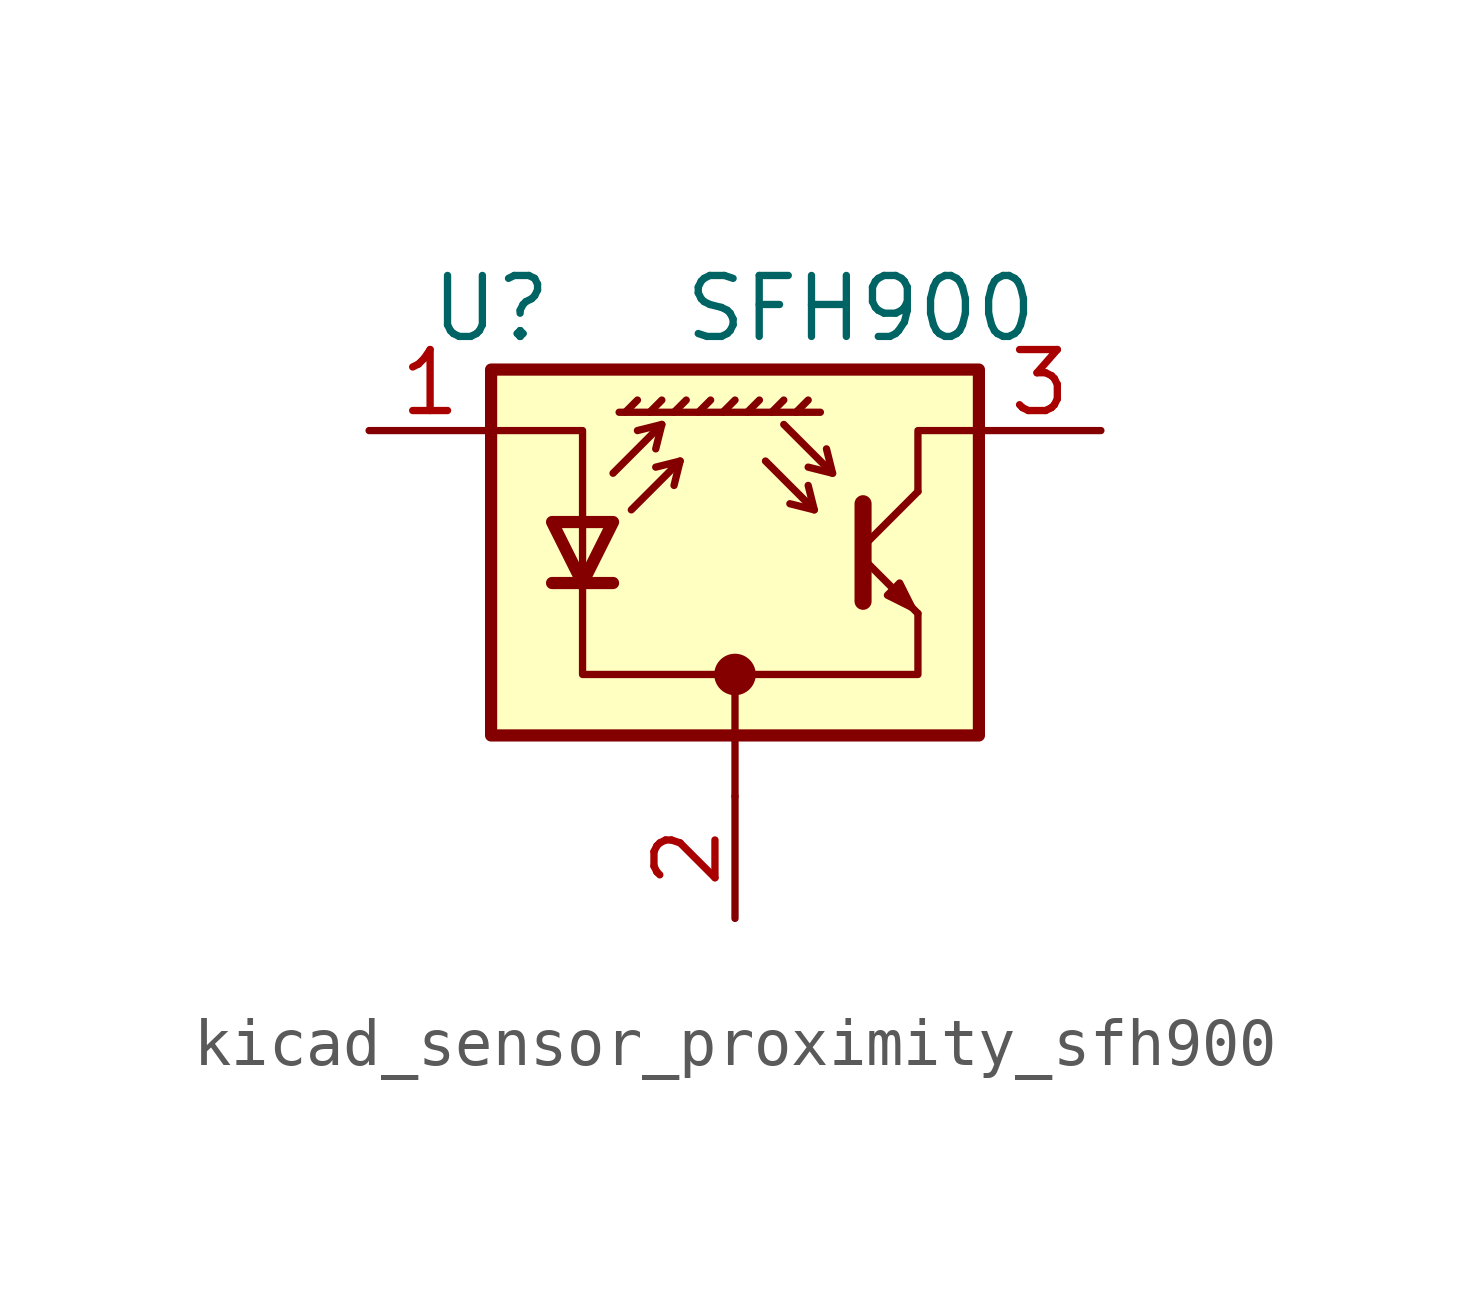
<source format=kicad_sym>
(kicad_symbol_lib
  (version 20220914)
  (generator kicad_symbol_editor)
  (symbol "kicad_sensor_proximity_sfh900"
    (pin_names
      (offset 1.016) hide)
    (property "Reference" "U"
      (at -5.08 5.08 0)
      (effects (font (size 1.27 1.27))))
    (property "Value" "SFH900"
      (at 6.35 5.08 0)
      (effects (font (size 1.27 1.27)) (justify right)))
    (symbol "kicad_sensor_proximity_sfh900_0_1"
      (circle (center 0 -2.54) (radius 0.356) (stroke (width 0) (type default)) (fill (type outline)))
      (polyline (pts (xy -3.81 -0.635) (xy -2.54 -0.635)) (stroke (width 0.254) (type default)) (fill (type none)))
      (polyline (pts (xy -2.286 2.921) (xy -2.032 3.175)) (stroke (width 0) (type default)) (fill (type none)))
      (polyline (pts (xy -1.778 2.921) (xy -1.524 3.175)) (stroke (width 0) (type default)) (fill (type none)))
      (polyline (pts (xy -1.524 2.667) (xy -1.651 2.159)) (stroke (width 0) (type default)) (fill (type none)))
      (polyline (pts (xy -1.27 2.921) (xy -1.016 3.175)) (stroke (width 0) (type default)) (fill (type none)))
      (polyline (pts (xy -1.143 1.905) (xy -1.27 1.397)) (stroke (width 0) (type default)) (fill (type none)))
      (polyline (pts (xy -0.762 2.921) (xy -0.508 3.175)) (stroke (width 0) (type default)) (fill (type none)))
      (polyline (pts (xy -0.254 2.921) (xy 0 3.175)) (stroke (width 0) (type default)) (fill (type none)))
      (polyline (pts (xy 0 -2.54) (xy 0 -5.08)) (stroke (width 0) (type default)) (fill (type none)))
      (polyline (pts (xy 0.254 2.921) (xy 0.508 3.175)) (stroke (width 0) (type default)) (fill (type none)))
      (polyline (pts (xy 0.762 2.921) (xy 1.016 3.175)) (stroke (width 0) (type default)) (fill (type none)))
      (polyline (pts (xy 1.27 2.921) (xy 1.524 3.175)) (stroke (width 0) (type default)) (fill (type none)))
      (polyline (pts (xy 1.651 0.889) (xy 1.143 1.016)) (stroke (width 0) (type default)) (fill (type none)))
      (polyline (pts (xy 1.778 2.921) (xy -2.413 2.921)) (stroke (width 0) (type default)) (fill (type none)))
      (polyline (pts (xy 2.032 1.651) (xy 1.524 1.778)) (stroke (width 0) (type default)) (fill (type none)))
      (polyline (pts (xy 2.667 -0.127) (xy 3.81 -1.27)) (stroke (width 0) (type default)) (fill (type none)))
      (polyline (pts (xy 2.667 0.127) (xy 3.81 1.27)) (stroke (width 0) (type default)) (fill (type none)))
      (polyline (pts (xy -2.54 1.651) (xy -1.524 2.667) (xy -2.032 2.54)) (stroke (width 0) (type default)) (fill (type none)))
      (polyline (pts (xy -2.159 0.889) (xy -1.143 1.905) (xy -1.651 1.778)) (stroke (width 0) (type default)) (fill (type none)))
      (polyline (pts (xy 0.635 1.905) (xy 1.651 0.889) (xy 1.524 1.397)) (stroke (width 0) (type default)) (fill (type none)))
      (polyline (pts (xy 1.016 2.667) (xy 2.032 1.651) (xy 1.905 2.159)) (stroke (width 0) (type default)) (fill (type none)))
      (polyline (pts (xy 2.667 1.016) (xy 2.667 -1.016) (xy 2.667 -1.016)) (stroke (width 0.356) (type default)) (fill (type none)))
      (polyline (pts (xy 3.81 1.27) (xy 3.81 2.54) (xy 5.08 2.54)) (stroke (width 0) (type default)) (fill (type none)))
      (polyline (pts (xy -3.175 -0.635) (xy -3.81 0.635) (xy -2.54 0.635) (xy -3.175 -0.635)) (stroke (width 0.254) (type default)) (fill (type none)))
      (polyline (pts (xy 3.683 -1.143) (xy 3.429 -0.635) (xy 3.175 -0.889) (xy 3.683 -1.143)) (stroke (width 0) (type default)) (fill (type none)))
      (polyline (pts (xy -5.08 -3.81) (xy 5.08 -3.81) (xy 5.08 3.81) (xy -5.08 3.81) (xy -5.08 -3.81)) (stroke (width 0.254) (type default)) (fill (type background)))
      (polyline (pts (xy -5.08 2.54) (xy -3.175 2.54) (xy -3.175 -2.54) (xy 3.81 -2.54) (xy 3.81 -1.27)) (stroke (width 0) (type default)) (fill (type none))))
    (symbol "kicad_sensor_proximity_sfh900_1_1"
      (pin passive line (at -7.62 2.54 0) (length 2.54) (name "A" (effects (font (size 1.27 1.27)))) (number "1" (effects (font (size 1.27 1.27)))))
      (pin passive line (at 0 -7.62 90) (length 2.54) (name "K" (effects (font (size 1.27 1.27)))) (number "2" (effects (font (size 1.27 1.27)))))
      (pin open_collector line (at 7.62 2.54 180) (length 2.54) (name "C" (effects (font (size 1.27 1.27)))) (number "3" (effects (font (size 1.27 1.27))))))))
</source>
